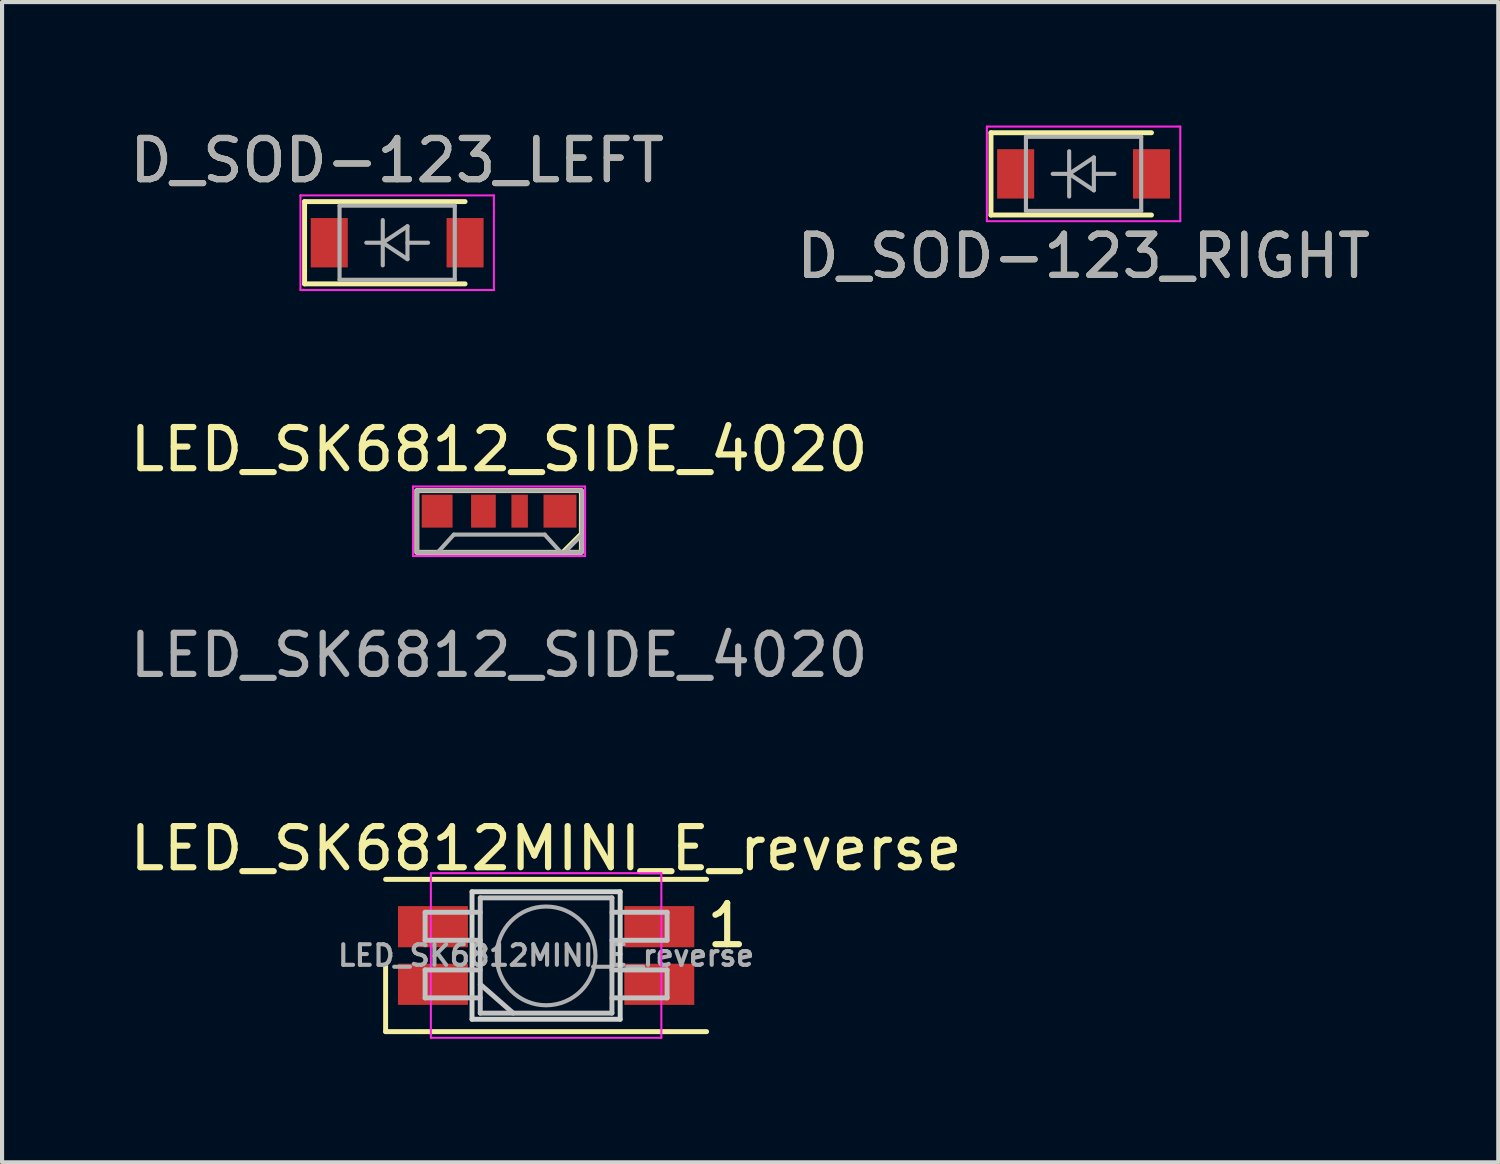
<source format=kicad_pcb>
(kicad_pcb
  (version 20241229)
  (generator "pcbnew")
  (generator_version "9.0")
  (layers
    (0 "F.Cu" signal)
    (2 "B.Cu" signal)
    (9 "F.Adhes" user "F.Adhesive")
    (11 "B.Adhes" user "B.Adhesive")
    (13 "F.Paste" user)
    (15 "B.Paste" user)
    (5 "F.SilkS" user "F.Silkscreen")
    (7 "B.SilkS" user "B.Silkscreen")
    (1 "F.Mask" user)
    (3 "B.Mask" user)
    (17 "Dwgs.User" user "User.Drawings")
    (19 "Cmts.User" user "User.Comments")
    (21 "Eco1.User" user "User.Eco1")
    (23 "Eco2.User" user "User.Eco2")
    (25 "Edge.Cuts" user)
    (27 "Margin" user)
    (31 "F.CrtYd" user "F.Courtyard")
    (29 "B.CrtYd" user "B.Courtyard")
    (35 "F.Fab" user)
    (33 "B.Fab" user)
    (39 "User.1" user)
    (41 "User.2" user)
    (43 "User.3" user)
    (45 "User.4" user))
  (footprint "LED_SK6812_SIDE_4020"
    (layer "F.Cu")
    (at 9.077 9.371)
    (property "Reference" "LED_SK6812_SIDE_4020" (at 0 -1.5 0) (unlocked yes) (layer "F.SilkS") (effects (font (size 1 1) (thickness 0.15))))
    (attr smd)
    (fp_line (start 1.56 0.99) (end 2 0.55) (stroke (width 0.12) (type solid)) (layer "F.SilkS"))
    (fp_rect (start 2 1) (end -2 -0.5) (stroke (width 0.12) (type solid)) (fill no) (layer "F.SilkS"))
    (fp_line (start -2.09 -0.6) (end 2.09 -0.6) (stroke (width 0.05) (type solid)) (layer "F.CrtYd"))
    (fp_line (start -2.09 1.09) (end -2.09 -0.6) (stroke (width 0.05) (type solid)) (layer "F.CrtYd"))
    (fp_line (start 2.09 -0.6) (end 2.09 1.09) (stroke (width 0.05) (type solid)) (layer "F.CrtYd"))
    (fp_line (start 2.09 1.09) (end -2.09 1.09) (stroke (width 0.05) (type solid)) (layer "F.CrtYd"))
    (fp_line (start -1.49 1) (end -1.1 0.57) (stroke (width 0.1) (type solid)) (layer "F.Fab"))
    (fp_line (start -1.1 0.57) (end 1.11 0.57) (stroke (width 0.1) (type solid)) (layer "F.Fab"))
    (fp_line (start 1.5 1) (end 1.11 0.57) (stroke (width 0.1) (type solid)) (layer "F.Fab"))
    (fp_line (start 1.59 1) (end 2.01 0.58) (stroke (width 0.1) (type solid)) (layer "F.Fab"))
    (fp_rect (start 2.01 1) (end -1.99 -0.5) (stroke (width 0.1) (type solid)) (fill no) (layer "F.Fab"))
    (fp_text user "${REFERENCE}" (at 0 3.5 0) (unlocked yes) (layer "F.Fab") (effects (font (size 1 1) (thickness 0.15))))
    (pad "1" smd rect (at -1.505 0) (size 0.75 0.8) (layers "F.Cu" "F.Mask" "F.Paste"))
    (pad "2" smd rect (at -0.38 0) (size 0.6 0.8) (layers "F.Cu" "F.Mask" "F.Paste"))
    (pad "3" smd rect (at 0.5 0) (size 0.4 0.8) (layers "F.Cu" "F.Mask" "F.Paste"))
    (pad "4" smd rect (at 1.48 0) (size 0.8 0.8) (layers "F.Cu" "F.Mask" "F.Paste")))
  (footprint "LED_SK6812MINI_E_reverse"
    (layer "F.Cu")
    (at 10.22 20.168)
    (property "Reference" "LED_SK6812MINI_E_reverse" (at 0 -2.6 180) (layer "F.SilkS") (effects (font (size 1 1) (thickness 0.15))))
    (attr through_hole)
    (fp_line (start -3.9 0.25) (end -3.9 1.85) (stroke (width 0.12) (type solid)) (layer "F.SilkS"))
    (fp_line (start -3.9 1.85) (end 3.9 1.85) (stroke (width 0.12) (type solid)) (layer "F.SilkS"))
    (fp_line (start 3.9 -1.85) (end -3.9 -1.85) (stroke (width 0.12) (type solid)) (layer "F.SilkS"))
    (fp_line (start -2.94 -1.05) (end -2.94 -0.37) (stroke (width 0.12) (type solid)) (layer "Dwgs.User"))
    (fp_line (start -2.94 -0.37) (end -1.6 -0.37) (stroke (width 0.12) (type solid)) (layer "Dwgs.User"))
    (fp_line (start -2.94 0.35) (end -2.94 1.03) (stroke (width 0.12) (type solid)) (layer "Dwgs.User"))
    (fp_line (start -2.94 1.03) (end -1.6 1.03) (stroke (width 0.12) (type solid)) (layer "Dwgs.User"))
    (fp_line (start -1.6 -1.4) (end -1.6 1.4) (stroke (width 0.12) (type solid)) (layer "Dwgs.User"))
    (fp_line (start -1.6 -1.4) (end 1.6 -1.4) (stroke (width 0.12) (type solid)) (layer "Dwgs.User"))
    (fp_line (start -1.6 -1.05) (end -2.94 -1.05) (stroke (width 0.12) (type solid)) (layer "Dwgs.User"))
    (fp_line (start -1.6 0.35) (end -2.94 0.35) (stroke (width 0.12) (type solid)) (layer "Dwgs.User"))
    (fp_line (start -1.6 0.7) (end -0.8 1.4) (stroke (width 0.12) (type solid)) (layer "Dwgs.User"))
    (fp_line (start -1.6 1.4) (end 1.6 1.4) (stroke (width 0.12) (type solid)) (layer "Dwgs.User"))
    (fp_line (start 1.6 -1.4) (end 1.6 1.4) (stroke (width 0.12) (type solid)) (layer "Dwgs.User"))
    (fp_line (start 1.6 -0.37) (end 2.94 -0.37) (stroke (width 0.12) (type solid)) (layer "Dwgs.User"))
    (fp_line (start 1.6 1.03) (end 2.94 1.03) (stroke (width 0.12) (type solid)) (layer "Dwgs.User"))
    (fp_line (start 2.94 -1.05) (end 1.6 -1.05) (stroke (width 0.12) (type solid)) (layer "Dwgs.User"))
    (fp_line (start 2.94 -0.37) (end 2.94 -1.05) (stroke (width 0.12) (type solid)) (layer "Dwgs.User"))
    (fp_line (start 2.94 0.35) (end 1.6 0.35) (stroke (width 0.12) (type solid)) (layer "Dwgs.User"))
    (fp_line (start 2.94 1.03) (end 2.94 0.35) (stroke (width 0.12) (type solid)) (layer "Dwgs.User"))
    (fp_line (start -1.8 -1.55) (end -1.8 1.55) (stroke (width 0.12) (type solid)) (layer "Edge.Cuts"))
    (fp_line (start -1.8 1.55) (end 1.8 1.55) (stroke (width 0.12) (type solid)) (layer "Edge.Cuts"))
    (fp_line (start 1.8 -1.55) (end -1.8 -1.55) (stroke (width 0.12) (type solid)) (layer "Edge.Cuts"))
    (fp_line (start 1.8 1.55) (end 1.8 -1.55) (stroke (width 0.12) (type solid)) (layer "Edge.Cuts"))
    (fp_line (start -2.8 -2) (end 2.8 -2) (stroke (width 0.05) (type solid)) (layer "F.CrtYd"))
    (fp_line (start -2.8 2) (end -2.8 -2) (stroke (width 0.05) (type solid)) (layer "F.CrtYd"))
    (fp_line (start 2.8 -2) (end 2.8 2) (stroke (width 0.05) (type solid)) (layer "F.CrtYd"))
    (fp_line (start 2.8 2) (end -2.8 2) (stroke (width 0.05) (type solid)) (layer "F.CrtYd"))
    (fp_circle (center 0 0.01) (end 0.92 0.78) (stroke (width 0.1) (type solid)) (fill no) (layer "F.Fab"))
    (fp_text user "1" (at 4.4 -0.73 0) (unlocked yes) (layer "F.SilkS") (effects (font (size 1 1) (thickness 0.15))))
    (fp_text user "${REFERENCE}" (at 0 0 0) (layer "F.Fab") (effects (font (size 0.5 0.5) (thickness 0.1))))
    (pad "1" smd rect (at 2.75 -0.7) (size 1.7 1) (layers "F.Cu" "F.Mask" "F.Paste"))
    (pad "2" smd rect (at 2.75 0.7) (size 1.7 1) (layers "F.Cu" "F.Mask" "F.Paste"))
    (pad "3" smd rect (at -2.75 0.7) (size 1.7 1) (layers "F.Cu" "F.Mask" "F.Paste"))
    (pad "4" smd rect (at -2.75 -0.7) (size 1.7 1) (layers "F.Cu" "F.Mask" "F.Paste")))
  (footprint "D_SOD-123_RIGHT"
    (layer "F.Cu")
    (at 23.28 1.175)
    (property "Reference" "D_SOD-123_RIGHT" (at 0 2 0) (layer "F.SilkS") (effects (font (size 1 1) (thickness 0.15))))
    (attr smd)
    (fp_line (start -2.25 -1) (end -2.25 1) (stroke (width 0.12) (type solid)) (layer "F.SilkS"))
    (fp_line (start -2.25 -1) (end 1.65 -1) (stroke (width 0.12) (type solid)) (layer "F.SilkS"))
    (fp_line (start -2.25 1) (end 1.65 1) (stroke (width 0.12) (type solid)) (layer "F.SilkS"))
    (fp_line (start -2.35 -1.15) (end -2.35 1.15) (stroke (width 0.05) (type solid)) (layer "F.CrtYd"))
    (fp_line (start -2.35 -1.15) (end 2.35 -1.15) (stroke (width 0.05) (type solid)) (layer "F.CrtYd"))
    (fp_line (start 2.35 -1.15) (end 2.35 1.15) (stroke (width 0.05) (type solid)) (layer "F.CrtYd"))
    (fp_line (start 2.35 1.15) (end -2.35 1.15) (stroke (width 0.05) (type solid)) (layer "F.CrtYd"))
    (fp_line (start -1.4 -0.9) (end 1.4 -0.9) (stroke (width 0.1) (type solid)) (layer "F.Fab"))
    (fp_line (start -1.4 0.9) (end -1.4 -0.9) (stroke (width 0.1) (type solid)) (layer "F.Fab"))
    (fp_line (start -0.75 0) (end -0.35 0) (stroke (width 0.1) (type solid)) (layer "F.Fab"))
    (fp_line (start -0.35 0) (end -0.35 -0.55) (stroke (width 0.1) (type solid)) (layer "F.Fab"))
    (fp_line (start -0.35 0) (end -0.35 0.55) (stroke (width 0.1) (type solid)) (layer "F.Fab"))
    (fp_line (start -0.35 0) (end 0.25 -0.4) (stroke (width 0.1) (type solid)) (layer "F.Fab"))
    (fp_line (start 0.25 -0.4) (end 0.25 0.4) (stroke (width 0.1) (type solid)) (layer "F.Fab"))
    (fp_line (start 0.25 0) (end 0.75 0) (stroke (width 0.1) (type solid)) (layer "F.Fab"))
    (fp_line (start 0.25 0.4) (end -0.35 0) (stroke (width 0.1) (type solid)) (layer "F.Fab"))
    (fp_line (start 1.4 -0.9) (end 1.4 0.9) (stroke (width 0.1) (type solid)) (layer "F.Fab"))
    (fp_line (start 1.4 0.9) (end -1.4 0.9) (stroke (width 0.1) (type solid)) (layer "F.Fab"))
    (fp_text user "${REFERENCE}" (at 0 2 0) (layer "F.Fab") (effects (font (size 1 1) (thickness 0.15))))
    (pad "1" smd rect (at -1.65 0) (size 0.9 1.2) (layers "F.Cu" "F.Mask" "F.Paste"))
    (pad "2" smd rect (at 1.65 0) (size 0.9 1.2) (layers "F.Cu" "F.Mask" "F.Paste")))
  (footprint "D_SOD-123_LEFT"
    (layer "F.Cu")
    (at 6.601 2.848)
    (property "Reference" "D_SOD-123_LEFT" (at 0 -2 0) (unlocked yes) (layer "F.SilkS") (effects (font (size 1 1) (thickness 0.15))))
    (attr smd)
    (fp_line (start -2.25 -1) (end -2.25 1) (stroke (width 0.12) (type solid)) (layer "F.SilkS"))
    (fp_line (start -2.25 -1) (end 1.65 -1) (stroke (width 0.12) (type solid)) (layer "F.SilkS"))
    (fp_line (start -2.25 1) (end 1.65 1) (stroke (width 0.12) (type solid)) (layer "F.SilkS"))
    (fp_line (start -2.35 -1.15) (end -2.35 1.15) (stroke (width 0.05) (type solid)) (layer "F.CrtYd"))
    (fp_line (start -2.35 -1.15) (end 2.35 -1.15) (stroke (width 0.05) (type solid)) (layer "F.CrtYd"))
    (fp_line (start 2.35 -1.15) (end 2.35 1.15) (stroke (width 0.05) (type solid)) (layer "F.CrtYd"))
    (fp_line (start 2.35 1.15) (end -2.35 1.15) (stroke (width 0.05) (type solid)) (layer "F.CrtYd"))
    (fp_line (start -1.4 -0.9) (end 1.4 -0.9) (stroke (width 0.1) (type solid)) (layer "F.Fab"))
    (fp_line (start -1.4 0.9) (end -1.4 -0.9) (stroke (width 0.1) (type solid)) (layer "F.Fab"))
    (fp_line (start -0.75 0) (end -0.35 0) (stroke (width 0.1) (type solid)) (layer "F.Fab"))
    (fp_line (start -0.35 0) (end -0.35 -0.55) (stroke (width 0.1) (type solid)) (layer "F.Fab"))
    (fp_line (start -0.35 0) (end -0.35 0.55) (stroke (width 0.1) (type solid)) (layer "F.Fab"))
    (fp_line (start -0.35 0) (end 0.25 -0.4) (stroke (width 0.1) (type solid)) (layer "F.Fab"))
    (fp_line (start 0.25 -0.4) (end 0.25 0.4) (stroke (width 0.1) (type solid)) (layer "F.Fab"))
    (fp_line (start 0.25 0) (end 0.75 0) (stroke (width 0.1) (type solid)) (layer "F.Fab"))
    (fp_line (start 0.25 0.4) (end -0.35 0) (stroke (width 0.1) (type solid)) (layer "F.Fab"))
    (fp_line (start 1.4 -0.9) (end 1.4 0.9) (stroke (width 0.1) (type solid)) (layer "F.Fab"))
    (fp_line (start 1.4 0.9) (end -1.4 0.9) (stroke (width 0.1) (type solid)) (layer "F.Fab"))
    (fp_text user "${REFERENCE}" (at 0 -2 0) (unlocked yes) (layer "F.Fab") (effects (font (size 1 1) (thickness 0.15))))
    (pad "1" smd rect (at -1.65 0) (size 0.9 1.2) (layers "F.Cu" "F.Mask" "F.Paste"))
    (pad "2" smd rect (at 1.65 0) (size 0.9 1.2) (layers "F.Cu" "F.Mask" "F.Paste")))
  (gr_rect
    (start -3 -3)
    (end 33.357 25.193)
    (stroke (width 0.1) (type default))
    (fill no)
    (layer "Edge.Cuts")))
</source>
